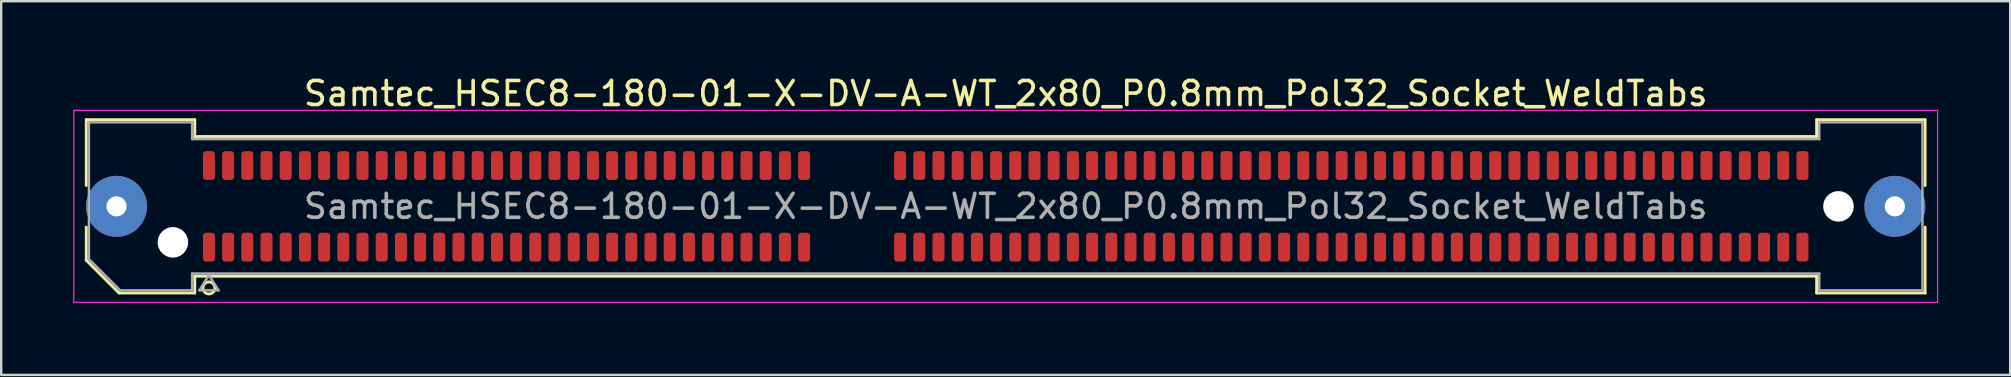
<source format=kicad_pcb>
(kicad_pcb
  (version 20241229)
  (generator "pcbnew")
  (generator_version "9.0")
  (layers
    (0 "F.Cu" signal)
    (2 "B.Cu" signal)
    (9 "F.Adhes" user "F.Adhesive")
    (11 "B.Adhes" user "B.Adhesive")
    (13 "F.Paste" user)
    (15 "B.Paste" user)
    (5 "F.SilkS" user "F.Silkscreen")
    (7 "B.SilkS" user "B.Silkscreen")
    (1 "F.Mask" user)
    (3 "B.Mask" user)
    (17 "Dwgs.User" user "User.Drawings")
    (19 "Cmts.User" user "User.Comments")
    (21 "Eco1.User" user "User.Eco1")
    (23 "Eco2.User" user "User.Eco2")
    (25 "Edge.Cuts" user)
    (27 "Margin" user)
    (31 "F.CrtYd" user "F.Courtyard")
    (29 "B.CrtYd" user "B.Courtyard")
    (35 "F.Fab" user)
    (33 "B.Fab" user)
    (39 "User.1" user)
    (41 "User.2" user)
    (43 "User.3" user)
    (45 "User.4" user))
  (footprint "Samtec_HSEC8-180-01-X-DV-A-WT_2x80_P0.8mm_Pol32_Socket_WeldTabs"
    (layer "F.Cu")
    (at 38.855 5.548)
    (property "Reference" "Samtec_HSEC8-180-01-X-DV-A-WT_2x80_P0.8mm_Pol32_Socket_WeldTabs" (at 0 -4.7 0) (layer "F.SilkS") (effects (font (size 1 1) (thickness 0.15))))
    (attr smd)
    (fp_line (start -38.31 -3.61) (end -33.79 -3.61) (stroke (width 0.12) (type solid)) (layer "F.SilkS"))
    (fp_line (start -38.31 -0.868) (end -38.31 -3.61) (stroke (width 0.12) (type solid)) (layer "F.SilkS"))
    (fp_line (start -38.31 2.246) (end -38.31 0.868) (stroke (width 0.12) (type solid)) (layer "F.SilkS"))
    (fp_line (start -36.946 3.61) (end -38.31 2.246) (stroke (width 0.12) (type solid)) (layer "F.SilkS"))
    (fp_line (start -33.79 -3.61) (end -33.79 -2.91) (stroke (width 0.12) (type solid)) (layer "F.SilkS"))
    (fp_line (start -33.79 -2.91) (end 33.79 -2.91) (stroke (width 0.12) (type solid)) (layer "F.SilkS"))
    (fp_line (start -33.79 2.91) (end -33.79 3.61) (stroke (width 0.12) (type solid)) (layer "F.SilkS"))
    (fp_line (start -33.79 3.61) (end -36.946 3.61) (stroke (width 0.12) (type solid)) (layer "F.SilkS"))
    (fp_line (start 33.79 -3.61) (end 38.31 -3.61) (stroke (width 0.12) (type solid)) (layer "F.SilkS"))
    (fp_line (start 33.79 -2.91) (end 33.79 -3.61) (stroke (width 0.12) (type solid)) (layer "F.SilkS"))
    (fp_line (start 33.79 2.91) (end -33.79 2.91) (stroke (width 0.12) (type solid)) (layer "F.SilkS"))
    (fp_line (start 33.79 3.61) (end 33.79 2.91) (stroke (width 0.12) (type solid)) (layer "F.SilkS"))
    (fp_line (start 38.31 -3.61) (end 38.31 -0.868) (stroke (width 0.12) (type solid)) (layer "F.SilkS"))
    (fp_line (start 38.31 0.868) (end 38.31 3.61) (stroke (width 0.12) (type solid)) (layer "F.SilkS"))
    (fp_line (start 38.31 3.61) (end 33.79 3.61) (stroke (width 0.12) (type solid)) (layer "F.SilkS"))
    (fp_circle (center -33.2 3.4) (end -32.95 3.4) (stroke (width 0.12) (type solid)) (fill no) (layer "F.SilkS"))
    (fp_line (start -38.83 -4) (end -38.83 4) (stroke (width 0.05) (type solid)) (layer "F.CrtYd"))
    (fp_line (start -38.83 4) (end 38.83 4) (stroke (width 0.05) (type solid)) (layer "F.CrtYd"))
    (fp_line (start 38.83 -4) (end -38.83 -4) (stroke (width 0.05) (type solid)) (layer "F.CrtYd"))
    (fp_line (start 38.83 4) (end 38.83 -4) (stroke (width 0.05) (type solid)) (layer "F.CrtYd"))
    (fp_line (start -38.2 -3.5) (end -33.9 -3.5) (stroke (width 0.1) (type solid)) (layer "F.Fab"))
    (fp_line (start -38.2 2.2) (end -38.2 -3.5) (stroke (width 0.1) (type solid)) (layer "F.Fab"))
    (fp_line (start -36.9 3.5) (end -38.2 2.2) (stroke (width 0.1) (type solid)) (layer "F.Fab"))
    (fp_line (start -33.9 -3.5) (end -33.9 -2.8) (stroke (width 0.1) (type solid)) (layer "F.Fab"))
    (fp_line (start -33.9 -2.8) (end 33.9 -2.8) (stroke (width 0.1) (type solid)) (layer "F.Fab"))
    (fp_line (start -33.9 2.8) (end -33.9 3.5) (stroke (width 0.1) (type solid)) (layer "F.Fab"))
    (fp_line (start -33.9 3.5) (end -36.9 3.5) (stroke (width 0.1) (type solid)) (layer "F.Fab"))
    (fp_line (start -33.6 3.5) (end -33.2 2.86) (stroke (width 0.1) (type solid)) (layer "F.Fab"))
    (fp_line (start -33.2 2.86) (end -32.8 3.5) (stroke (width 0.1) (type solid)) (layer "F.Fab"))
    (fp_line (start -32.8 3.5) (end -33.6 3.5) (stroke (width 0.1) (type solid)) (layer "F.Fab"))
    (fp_line (start 33.9 -3.5) (end 38.2 -3.5) (stroke (width 0.1) (type solid)) (layer "F.Fab"))
    (fp_line (start 33.9 -2.8) (end 33.9 -3.5) (stroke (width 0.1) (type solid)) (layer "F.Fab"))
    (fp_line (start 33.9 2.8) (end -33.9 2.8) (stroke (width 0.1) (type solid)) (layer "F.Fab"))
    (fp_line (start 33.9 3.5) (end 33.9 2.8) (stroke (width 0.1) (type solid)) (layer "F.Fab"))
    (fp_line (start 38.2 -3.5) (end 38.2 3.5) (stroke (width 0.1) (type solid)) (layer "F.Fab"))
    (fp_line (start 38.2 3.5) (end 33.9 3.5) (stroke (width 0.1) (type solid)) (layer "F.Fab"))
    (fp_text user "${REFERENCE}" (at 0 0 0) (layer "F.Fab") (effects (font (size 1 1) (thickness 0.15))))
    (pad "" thru_hole circle (at -37.05 0) (size 2.54 2.54) (drill 0.84) (layers "*.Cu" "*.Mask" "F.Paste"))
    (pad "" np_thru_hole circle (at -34.7 1.5) (size 1.27 1.27) (drill 1.27) (layers "*.Cu" "*.Mask"))
    (pad "" np_thru_hole circle (at 34.7 0) (size 1.27 1.27) (drill 1.27) (layers "*.Cu" "*.Mask"))
    (pad "" thru_hole circle (at 37.05 0) (size 2.54 2.54) (drill 0.84) (layers "*.Cu" "*.Mask" "F.Paste"))
    (pad "1" smd roundrect (at -33.2 1.7) (size 0.5 1.2) (layers "F.Cu" "F.Mask" "F.Paste") (roundrect_rratio 0.25))
    (pad "2" smd roundrect (at -33.2 -1.7) (size 0.5 1.2) (layers "F.Cu" "F.Mask" "F.Paste") (roundrect_rratio 0.25))
    (pad "3" smd roundrect (at -32.4 1.7) (size 0.5 1.2) (layers "F.Cu" "F.Mask" "F.Paste") (roundrect_rratio 0.25))
    (pad "4" smd roundrect (at -32.4 -1.7) (size 0.5 1.2) (layers "F.Cu" "F.Mask" "F.Paste") (roundrect_rratio 0.25))
    (pad "5" smd roundrect (at -31.6 1.7) (size 0.5 1.2) (layers "F.Cu" "F.Mask" "F.Paste") (roundrect_rratio 0.25))
    (pad "6" smd roundrect (at -31.6 -1.7) (size 0.5 1.2) (layers "F.Cu" "F.Mask" "F.Paste") (roundrect_rratio 0.25))
    (pad "7" smd roundrect (at -30.8 1.7) (size 0.5 1.2) (layers "F.Cu" "F.Mask" "F.Paste") (roundrect_rratio 0.25))
    (pad "8" smd roundrect (at -30.8 -1.7) (size 0.5 1.2) (layers "F.Cu" "F.Mask" "F.Paste") (roundrect_rratio 0.25))
    (pad "9" smd roundrect (at -30 1.7) (size 0.5 1.2) (layers "F.Cu" "F.Mask" "F.Paste") (roundrect_rratio 0.25))
    (pad "10" smd roundrect (at -30 -1.7) (size 0.5 1.2) (layers "F.Cu" "F.Mask" "F.Paste") (roundrect_rratio 0.25))
    (pad "11" smd roundrect (at -29.2 1.7) (size 0.5 1.2) (layers "F.Cu" "F.Mask" "F.Paste") (roundrect_rratio 0.25))
    (pad "12" smd roundrect (at -29.2 -1.7) (size 0.5 1.2) (layers "F.Cu" "F.Mask" "F.Paste") (roundrect_rratio 0.25))
    (pad "13" smd roundrect (at -28.4 1.7) (size 0.5 1.2) (layers "F.Cu" "F.Mask" "F.Paste") (roundrect_rratio 0.25))
    (pad "14" smd roundrect (at -28.4 -1.7) (size 0.5 1.2) (layers "F.Cu" "F.Mask" "F.Paste") (roundrect_rratio 0.25))
    (pad "15" smd roundrect (at -27.6 1.7) (size 0.5 1.2) (layers "F.Cu" "F.Mask" "F.Paste") (roundrect_rratio 0.25))
    (pad "16" smd roundrect (at -27.6 -1.7) (size 0.5 1.2) (layers "F.Cu" "F.Mask" "F.Paste") (roundrect_rratio 0.25))
    (pad "17" smd roundrect (at -26.8 1.7) (size 0.5 1.2) (layers "F.Cu" "F.Mask" "F.Paste") (roundrect_rratio 0.25))
    (pad "18" smd roundrect (at -26.8 -1.7) (size 0.5 1.2) (layers "F.Cu" "F.Mask" "F.Paste") (roundrect_rratio 0.25))
    (pad "19" smd roundrect (at -26 1.7) (size 0.5 1.2) (layers "F.Cu" "F.Mask" "F.Paste") (roundrect_rratio 0.25))
    (pad "20" smd roundrect (at -26 -1.7) (size 0.5 1.2) (layers "F.Cu" "F.Mask" "F.Paste") (roundrect_rratio 0.25))
    (pad "21" smd roundrect (at -25.2 1.7) (size 0.5 1.2) (layers "F.Cu" "F.Mask" "F.Paste") (roundrect_rratio 0.25))
    (pad "22" smd roundrect (at -25.2 -1.7) (size 0.5 1.2) (layers "F.Cu" "F.Mask" "F.Paste") (roundrect_rratio 0.25))
    (pad "23" smd roundrect (at -24.4 1.7) (size 0.5 1.2) (layers "F.Cu" "F.Mask" "F.Paste") (roundrect_rratio 0.25))
    (pad "24" smd roundrect (at -24.4 -1.7) (size 0.5 1.2) (layers "F.Cu" "F.Mask" "F.Paste") (roundrect_rratio 0.25))
    (pad "25" smd roundrect (at -23.6 1.7) (size 0.5 1.2) (layers "F.Cu" "F.Mask" "F.Paste") (roundrect_rratio 0.25))
    (pad "26" smd roundrect (at -23.6 -1.7) (size 0.5 1.2) (layers "F.Cu" "F.Mask" "F.Paste") (roundrect_rratio 0.25))
    (pad "27" smd roundrect (at -22.8 1.7) (size 0.5 1.2) (layers "F.Cu" "F.Mask" "F.Paste") (roundrect_rratio 0.25))
    (pad "28" smd roundrect (at -22.8 -1.7) (size 0.5 1.2) (layers "F.Cu" "F.Mask" "F.Paste") (roundrect_rratio 0.25))
    (pad "29" smd roundrect (at -22 1.7) (size 0.5 1.2) (layers "F.Cu" "F.Mask" "F.Paste") (roundrect_rratio 0.25))
    (pad "30" smd roundrect (at -22 -1.7) (size 0.5 1.2) (layers "F.Cu" "F.Mask" "F.Paste") (roundrect_rratio 0.25))
    (pad "31" smd roundrect (at -21.2 1.7) (size 0.5 1.2) (layers "F.Cu" "F.Mask" "F.Paste") (roundrect_rratio 0.25))
    (pad "32" smd roundrect (at -21.2 -1.7) (size 0.5 1.2) (layers "F.Cu" "F.Mask" "F.Paste") (roundrect_rratio 0.25))
    (pad "33" smd roundrect (at -20.4 1.7) (size 0.5 1.2) (layers "F.Cu" "F.Mask" "F.Paste") (roundrect_rratio 0.25))
    (pad "34" smd roundrect (at -20.4 -1.7) (size 0.5 1.2) (layers "F.Cu" "F.Mask" "F.Paste") (roundrect_rratio 0.25))
    (pad "35" smd roundrect (at -19.6 1.7) (size 0.5 1.2) (layers "F.Cu" "F.Mask" "F.Paste") (roundrect_rratio 0.25))
    (pad "36" smd roundrect (at -19.6 -1.7) (size 0.5 1.2) (layers "F.Cu" "F.Mask" "F.Paste") (roundrect_rratio 0.25))
    (pad "37" smd roundrect (at -18.8 1.7) (size 0.5 1.2) (layers "F.Cu" "F.Mask" "F.Paste") (roundrect_rratio 0.25))
    (pad "38" smd roundrect (at -18.8 -1.7) (size 0.5 1.2) (layers "F.Cu" "F.Mask" "F.Paste") (roundrect_rratio 0.25))
    (pad "39" smd roundrect (at -18 1.7) (size 0.5 1.2) (layers "F.Cu" "F.Mask" "F.Paste") (roundrect_rratio 0.25))
    (pad "40" smd roundrect (at -18 -1.7) (size 0.5 1.2) (layers "F.Cu" "F.Mask" "F.Paste") (roundrect_rratio 0.25))
    (pad "41" smd roundrect (at -17.2 1.7) (size 0.5 1.2) (layers "F.Cu" "F.Mask" "F.Paste") (roundrect_rratio 0.25))
    (pad "42" smd roundrect (at -17.2 -1.7) (size 0.5 1.2) (layers "F.Cu" "F.Mask" "F.Paste") (roundrect_rratio 0.25))
    (pad "43" smd roundrect (at -16.4 1.7) (size 0.5 1.2) (layers "F.Cu" "F.Mask" "F.Paste") (roundrect_rratio 0.25))
    (pad "44" smd roundrect (at -16.4 -1.7) (size 0.5 1.2) (layers "F.Cu" "F.Mask" "F.Paste") (roundrect_rratio 0.25))
    (pad "45" smd roundrect (at -15.6 1.7) (size 0.5 1.2) (layers "F.Cu" "F.Mask" "F.Paste") (roundrect_rratio 0.25))
    (pad "46" smd roundrect (at -15.6 -1.7) (size 0.5 1.2) (layers "F.Cu" "F.Mask" "F.Paste") (roundrect_rratio 0.25))
    (pad "47" smd roundrect (at -14.8 1.7) (size 0.5 1.2) (layers "F.Cu" "F.Mask" "F.Paste") (roundrect_rratio 0.25))
    (pad "48" smd roundrect (at -14.8 -1.7) (size 0.5 1.2) (layers "F.Cu" "F.Mask" "F.Paste") (roundrect_rratio 0.25))
    (pad "49" smd roundrect (at -14 1.7) (size 0.5 1.2) (layers "F.Cu" "F.Mask" "F.Paste") (roundrect_rratio 0.25))
    (pad "50" smd roundrect (at -14 -1.7) (size 0.5 1.2) (layers "F.Cu" "F.Mask" "F.Paste") (roundrect_rratio 0.25))
    (pad "51" smd roundrect (at -13.2 1.7) (size 0.5 1.2) (layers "F.Cu" "F.Mask" "F.Paste") (roundrect_rratio 0.25))
    (pad "52" smd roundrect (at -13.2 -1.7) (size 0.5 1.2) (layers "F.Cu" "F.Mask" "F.Paste") (roundrect_rratio 0.25))
    (pad "53" smd roundrect (at -12.4 1.7) (size 0.5 1.2) (layers "F.Cu" "F.Mask" "F.Paste") (roundrect_rratio 0.25))
    (pad "54" smd roundrect (at -12.4 -1.7) (size 0.5 1.2) (layers "F.Cu" "F.Mask" "F.Paste") (roundrect_rratio 0.25))
    (pad "55" smd roundrect (at -11.6 1.7) (size 0.5 1.2) (layers "F.Cu" "F.Mask" "F.Paste") (roundrect_rratio 0.25))
    (pad "56" smd roundrect (at -11.6 -1.7) (size 0.5 1.2) (layers "F.Cu" "F.Mask" "F.Paste") (roundrect_rratio 0.25))
    (pad "57" smd roundrect (at -10.8 1.7) (size 0.5 1.2) (layers "F.Cu" "F.Mask" "F.Paste") (roundrect_rratio 0.25))
    (pad "58" smd roundrect (at -10.8 -1.7) (size 0.5 1.2) (layers "F.Cu" "F.Mask" "F.Paste") (roundrect_rratio 0.25))
    (pad "59" smd roundrect (at -10 1.7) (size 0.5 1.2) (layers "F.Cu" "F.Mask" "F.Paste") (roundrect_rratio 0.25))
    (pad "60" smd roundrect (at -10 -1.7) (size 0.5 1.2) (layers "F.Cu" "F.Mask" "F.Paste") (roundrect_rratio 0.25))
    (pad "61" smd roundrect (at -9.2 1.7) (size 0.5 1.2) (layers "F.Cu" "F.Mask" "F.Paste") (roundrect_rratio 0.25))
    (pad "62" smd roundrect (at -9.2 -1.7) (size 0.5 1.2) (layers "F.Cu" "F.Mask" "F.Paste") (roundrect_rratio 0.25))
    (pad "63" smd roundrect (at -8.4 1.7) (size 0.5 1.2) (layers "F.Cu" "F.Mask" "F.Paste") (roundrect_rratio 0.25))
    (pad "64" smd roundrect (at -8.4 -1.7) (size 0.5 1.2) (layers "F.Cu" "F.Mask" "F.Paste") (roundrect_rratio 0.25))
    (pad "65" smd roundrect (at -4.4 1.7) (size 0.5 1.2) (layers "F.Cu" "F.Mask" "F.Paste") (roundrect_rratio 0.25))
    (pad "66" smd roundrect (at -4.4 -1.7) (size 0.5 1.2) (layers "F.Cu" "F.Mask" "F.Paste") (roundrect_rratio 0.25))
    (pad "67" smd roundrect (at -3.6 1.7) (size 0.5 1.2) (layers "F.Cu" "F.Mask" "F.Paste") (roundrect_rratio 0.25))
    (pad "68" smd roundrect (at -3.6 -1.7) (size 0.5 1.2) (layers "F.Cu" "F.Mask" "F.Paste") (roundrect_rratio 0.25))
    (pad "69" smd roundrect (at -2.8 1.7) (size 0.5 1.2) (layers "F.Cu" "F.Mask" "F.Paste") (roundrect_rratio 0.25))
    (pad "70" smd roundrect (at -2.8 -1.7) (size 0.5 1.2) (layers "F.Cu" "F.Mask" "F.Paste") (roundrect_rratio 0.25))
    (pad "71" smd roundrect (at -2 1.7) (size 0.5 1.2) (layers "F.Cu" "F.Mask" "F.Paste") (roundrect_rratio 0.25))
    (pad "72" smd roundrect (at -2 -1.7) (size 0.5 1.2) (layers "F.Cu" "F.Mask" "F.Paste") (roundrect_rratio 0.25))
    (pad "73" smd roundrect (at -1.2 1.7) (size 0.5 1.2) (layers "F.Cu" "F.Mask" "F.Paste") (roundrect_rratio 0.25))
    (pad "74" smd roundrect (at -1.2 -1.7) (size 0.5 1.2) (layers "F.Cu" "F.Mask" "F.Paste") (roundrect_rratio 0.25))
    (pad "75" smd roundrect (at -0.4 1.7) (size 0.5 1.2) (layers "F.Cu" "F.Mask" "F.Paste") (roundrect_rratio 0.25))
    (pad "76" smd roundrect (at -0.4 -1.7) (size 0.5 1.2) (layers "F.Cu" "F.Mask" "F.Paste") (roundrect_rratio 0.25))
    (pad "77" smd roundrect (at 0.4 1.7) (size 0.5 1.2) (layers "F.Cu" "F.Mask" "F.Paste") (roundrect_rratio 0.25))
    (pad "78" smd roundrect (at 0.4 -1.7) (size 0.5 1.2) (layers "F.Cu" "F.Mask" "F.Paste") (roundrect_rratio 0.25))
    (pad "79" smd roundrect (at 1.2 1.7) (size 0.5 1.2) (layers "F.Cu" "F.Mask" "F.Paste") (roundrect_rratio 0.25))
    (pad "80" smd roundrect (at 1.2 -1.7) (size 0.5 1.2) (layers "F.Cu" "F.Mask" "F.Paste") (roundrect_rratio 0.25))
    (pad "81" smd roundrect (at 2 1.7) (size 0.5 1.2) (layers "F.Cu" "F.Mask" "F.Paste") (roundrect_rratio 0.25))
    (pad "82" smd roundrect (at 2 -1.7) (size 0.5 1.2) (layers "F.Cu" "F.Mask" "F.Paste") (roundrect_rratio 0.25))
    (pad "83" smd roundrect (at 2.8 1.7) (size 0.5 1.2) (layers "F.Cu" "F.Mask" "F.Paste") (roundrect_rratio 0.25))
    (pad "84" smd roundrect (at 2.8 -1.7) (size 0.5 1.2) (layers "F.Cu" "F.Mask" "F.Paste") (roundrect_rratio 0.25))
    (pad "85" smd roundrect (at 3.6 1.7) (size 0.5 1.2) (layers "F.Cu" "F.Mask" "F.Paste") (roundrect_rratio 0.25))
    (pad "86" smd roundrect (at 3.6 -1.7) (size 0.5 1.2) (layers "F.Cu" "F.Mask" "F.Paste") (roundrect_rratio 0.25))
    (pad "87" smd roundrect (at 4.4 1.7) (size 0.5 1.2) (layers "F.Cu" "F.Mask" "F.Paste") (roundrect_rratio 0.25))
    (pad "88" smd roundrect (at 4.4 -1.7) (size 0.5 1.2) (layers "F.Cu" "F.Mask" "F.Paste") (roundrect_rratio 0.25))
    (pad "89" smd roundrect (at 5.2 1.7) (size 0.5 1.2) (layers "F.Cu" "F.Mask" "F.Paste") (roundrect_rratio 0.25))
    (pad "90" smd roundrect (at 5.2 -1.7) (size 0.5 1.2) (layers "F.Cu" "F.Mask" "F.Paste") (roundrect_rratio 0.25))
    (pad "91" smd roundrect (at 6 1.7) (size 0.5 1.2) (layers "F.Cu" "F.Mask" "F.Paste") (roundrect_rratio 0.25))
    (pad "92" smd roundrect (at 6 -1.7) (size 0.5 1.2) (layers "F.Cu" "F.Mask" "F.Paste") (roundrect_rratio 0.25))
    (pad "93" smd roundrect (at 6.8 1.7) (size 0.5 1.2) (layers "F.Cu" "F.Mask" "F.Paste") (roundrect_rratio 0.25))
    (pad "94" smd roundrect (at 6.8 -1.7) (size 0.5 1.2) (layers "F.Cu" "F.Mask" "F.Paste") (roundrect_rratio 0.25))
    (pad "95" smd roundrect (at 7.6 1.7) (size 0.5 1.2) (layers "F.Cu" "F.Mask" "F.Paste") (roundrect_rratio 0.25))
    (pad "96" smd roundrect (at 7.6 -1.7) (size 0.5 1.2) (layers "F.Cu" "F.Mask" "F.Paste") (roundrect_rratio 0.25))
    (pad "97" smd roundrect (at 8.4 1.7) (size 0.5 1.2) (layers "F.Cu" "F.Mask" "F.Paste") (roundrect_rratio 0.25))
    (pad "98" smd roundrect (at 8.4 -1.7) (size 0.5 1.2) (layers "F.Cu" "F.Mask" "F.Paste") (roundrect_rratio 0.25))
    (pad "99" smd roundrect (at 9.2 1.7) (size 0.5 1.2) (layers "F.Cu" "F.Mask" "F.Paste") (roundrect_rratio 0.25))
    (pad "100" smd roundrect (at 9.2 -1.7) (size 0.5 1.2) (layers "F.Cu" "F.Mask" "F.Paste") (roundrect_rratio 0.25))
    (pad "101" smd roundrect (at 10 1.7) (size 0.5 1.2) (layers "F.Cu" "F.Mask" "F.Paste") (roundrect_rratio 0.25))
    (pad "102" smd roundrect (at 10 -1.7) (size 0.5 1.2) (layers "F.Cu" "F.Mask" "F.Paste") (roundrect_rratio 0.25))
    (pad "103" smd roundrect (at 10.8 1.7) (size 0.5 1.2) (layers "F.Cu" "F.Mask" "F.Paste") (roundrect_rratio 0.25))
    (pad "104" smd roundrect (at 10.8 -1.7) (size 0.5 1.2) (layers "F.Cu" "F.Mask" "F.Paste") (roundrect_rratio 0.25))
    (pad "105" smd roundrect (at 11.6 1.7) (size 0.5 1.2) (layers "F.Cu" "F.Mask" "F.Paste") (roundrect_rratio 0.25))
    (pad "106" smd roundrect (at 11.6 -1.7) (size 0.5 1.2) (layers "F.Cu" "F.Mask" "F.Paste") (roundrect_rratio 0.25))
    (pad "107" smd roundrect (at 12.4 1.7) (size 0.5 1.2) (layers "F.Cu" "F.Mask" "F.Paste") (roundrect_rratio 0.25))
    (pad "108" smd roundrect (at 12.4 -1.7) (size 0.5 1.2) (layers "F.Cu" "F.Mask" "F.Paste") (roundrect_rratio 0.25))
    (pad "109" smd roundrect (at 13.2 1.7) (size 0.5 1.2) (layers "F.Cu" "F.Mask" "F.Paste") (roundrect_rratio 0.25))
    (pad "110" smd roundrect (at 13.2 -1.7) (size 0.5 1.2) (layers "F.Cu" "F.Mask" "F.Paste") (roundrect_rratio 0.25))
    (pad "111" smd roundrect (at 14 1.7) (size 0.5 1.2) (layers "F.Cu" "F.Mask" "F.Paste") (roundrect_rratio 0.25))
    (pad "112" smd roundrect (at 14 -1.7) (size 0.5 1.2) (layers "F.Cu" "F.Mask" "F.Paste") (roundrect_rratio 0.25))
    (pad "113" smd roundrect (at 14.8 1.7) (size 0.5 1.2) (layers "F.Cu" "F.Mask" "F.Paste") (roundrect_rratio 0.25))
    (pad "114" smd roundrect (at 14.8 -1.7) (size 0.5 1.2) (layers "F.Cu" "F.Mask" "F.Paste") (roundrect_rratio 0.25))
    (pad "115" smd roundrect (at 15.6 1.7) (size 0.5 1.2) (layers "F.Cu" "F.Mask" "F.Paste") (roundrect_rratio 0.25))
    (pad "116" smd roundrect (at 15.6 -1.7) (size 0.5 1.2) (layers "F.Cu" "F.Mask" "F.Paste") (roundrect_rratio 0.25))
    (pad "117" smd roundrect (at 16.4 1.7) (size 0.5 1.2) (layers "F.Cu" "F.Mask" "F.Paste") (roundrect_rratio 0.25))
    (pad "118" smd roundrect (at 16.4 -1.7) (size 0.5 1.2) (layers "F.Cu" "F.Mask" "F.Paste") (roundrect_rratio 0.25))
    (pad "119" smd roundrect (at 17.2 1.7) (size 0.5 1.2) (layers "F.Cu" "F.Mask" "F.Paste") (roundrect_rratio 0.25))
    (pad "120" smd roundrect (at 17.2 -1.7) (size 0.5 1.2) (layers "F.Cu" "F.Mask" "F.Paste") (roundrect_rratio 0.25))
    (pad "121" smd roundrect (at 18 1.7) (size 0.5 1.2) (layers "F.Cu" "F.Mask" "F.Paste") (roundrect_rratio 0.25))
    (pad "122" smd roundrect (at 18 -1.7) (size 0.5 1.2) (layers "F.Cu" "F.Mask" "F.Paste") (roundrect_rratio 0.25))
    (pad "123" smd roundrect (at 18.8 1.7) (size 0.5 1.2) (layers "F.Cu" "F.Mask" "F.Paste") (roundrect_rratio 0.25))
    (pad "124" smd roundrect (at 18.8 -1.7) (size 0.5 1.2) (layers "F.Cu" "F.Mask" "F.Paste") (roundrect_rratio 0.25))
    (pad "125" smd roundrect (at 19.6 1.7) (size 0.5 1.2) (layers "F.Cu" "F.Mask" "F.Paste") (roundrect_rratio 0.25))
    (pad "126" smd roundrect (at 19.6 -1.7) (size 0.5 1.2) (layers "F.Cu" "F.Mask" "F.Paste") (roundrect_rratio 0.25))
    (pad "127" smd roundrect (at 20.4 1.7) (size 0.5 1.2) (layers "F.Cu" "F.Mask" "F.Paste") (roundrect_rratio 0.25))
    (pad "128" smd roundrect (at 20.4 -1.7) (size 0.5 1.2) (layers "F.Cu" "F.Mask" "F.Paste") (roundrect_rratio 0.25))
    (pad "129" smd roundrect (at 21.2 1.7) (size 0.5 1.2) (layers "F.Cu" "F.Mask" "F.Paste") (roundrect_rratio 0.25))
    (pad "130" smd roundrect (at 21.2 -1.7) (size 0.5 1.2) (layers "F.Cu" "F.Mask" "F.Paste") (roundrect_rratio 0.25))
    (pad "131" smd roundrect (at 22 1.7) (size 0.5 1.2) (layers "F.Cu" "F.Mask" "F.Paste") (roundrect_rratio 0.25))
    (pad "132" smd roundrect (at 22 -1.7) (size 0.5 1.2) (layers "F.Cu" "F.Mask" "F.Paste") (roundrect_rratio 0.25))
    (pad "133" smd roundrect (at 22.8 1.7) (size 0.5 1.2) (layers "F.Cu" "F.Mask" "F.Paste") (roundrect_rratio 0.25))
    (pad "134" smd roundrect (at 22.8 -1.7) (size 0.5 1.2) (layers "F.Cu" "F.Mask" "F.Paste") (roundrect_rratio 0.25))
    (pad "135" smd roundrect (at 23.6 1.7) (size 0.5 1.2) (layers "F.Cu" "F.Mask" "F.Paste") (roundrect_rratio 0.25))
    (pad "136" smd roundrect (at 23.6 -1.7) (size 0.5 1.2) (layers "F.Cu" "F.Mask" "F.Paste") (roundrect_rratio 0.25))
    (pad "137" smd roundrect (at 24.4 1.7) (size 0.5 1.2) (layers "F.Cu" "F.Mask" "F.Paste") (roundrect_rratio 0.25))
    (pad "138" smd roundrect (at 24.4 -1.7) (size 0.5 1.2) (layers "F.Cu" "F.Mask" "F.Paste") (roundrect_rratio 0.25))
    (pad "139" smd roundrect (at 25.2 1.7) (size 0.5 1.2) (layers "F.Cu" "F.Mask" "F.Paste") (roundrect_rratio 0.25))
    (pad "140" smd roundrect (at 25.2 -1.7) (size 0.5 1.2) (layers "F.Cu" "F.Mask" "F.Paste") (roundrect_rratio 0.25))
    (pad "141" smd roundrect (at 26 1.7) (size 0.5 1.2) (layers "F.Cu" "F.Mask" "F.Paste") (roundrect_rratio 0.25))
    (pad "142" smd roundrect (at 26 -1.7) (size 0.5 1.2) (layers "F.Cu" "F.Mask" "F.Paste") (roundrect_rratio 0.25))
    (pad "143" smd roundrect (at 26.8 1.7) (size 0.5 1.2) (layers "F.Cu" "F.Mask" "F.Paste") (roundrect_rratio 0.25))
    (pad "144" smd roundrect (at 26.8 -1.7) (size 0.5 1.2) (layers "F.Cu" "F.Mask" "F.Paste") (roundrect_rratio 0.25))
    (pad "145" smd roundrect (at 27.6 1.7) (size 0.5 1.2) (layers "F.Cu" "F.Mask" "F.Paste") (roundrect_rratio 0.25))
    (pad "146" smd roundrect (at 27.6 -1.7) (size 0.5 1.2) (layers "F.Cu" "F.Mask" "F.Paste") (roundrect_rratio 0.25))
    (pad "147" smd roundrect (at 28.4 1.7) (size 0.5 1.2) (layers "F.Cu" "F.Mask" "F.Paste") (roundrect_rratio 0.25))
    (pad "148" smd roundrect (at 28.4 -1.7) (size 0.5 1.2) (layers "F.Cu" "F.Mask" "F.Paste") (roundrect_rratio 0.25))
    (pad "149" smd roundrect (at 29.2 1.7) (size 0.5 1.2) (layers "F.Cu" "F.Mask" "F.Paste") (roundrect_rratio 0.25))
    (pad "150" smd roundrect (at 29.2 -1.7) (size 0.5 1.2) (layers "F.Cu" "F.Mask" "F.Paste") (roundrect_rratio 0.25))
    (pad "151" smd roundrect (at 30 1.7) (size 0.5 1.2) (layers "F.Cu" "F.Mask" "F.Paste") (roundrect_rratio 0.25))
    (pad "152" smd roundrect (at 30 -1.7) (size 0.5 1.2) (layers "F.Cu" "F.Mask" "F.Paste") (roundrect_rratio 0.25))
    (pad "153" smd roundrect (at 30.8 1.7) (size 0.5 1.2) (layers "F.Cu" "F.Mask" "F.Paste") (roundrect_rratio 0.25))
    (pad "154" smd roundrect (at 30.8 -1.7) (size 0.5 1.2) (layers "F.Cu" "F.Mask" "F.Paste") (roundrect_rratio 0.25))
    (pad "155" smd roundrect (at 31.6 1.7) (size 0.5 1.2) (layers "F.Cu" "F.Mask" "F.Paste") (roundrect_rratio 0.25))
    (pad "156" smd roundrect (at 31.6 -1.7) (size 0.5 1.2) (layers "F.Cu" "F.Mask" "F.Paste") (roundrect_rratio 0.25))
    (pad "157" smd roundrect (at 32.4 1.7) (size 0.5 1.2) (layers "F.Cu" "F.Mask" "F.Paste") (roundrect_rratio 0.25))
    (pad "158" smd roundrect (at 32.4 -1.7) (size 0.5 1.2) (layers "F.Cu" "F.Mask" "F.Paste") (roundrect_rratio 0.25))
    (pad "159" smd roundrect (at 33.2 1.7) (size 0.5 1.2) (layers "F.Cu" "F.Mask" "F.Paste") (roundrect_rratio 0.25))
    (pad "160" smd roundrect (at 33.2 -1.7) (size 0.5 1.2) (layers "F.Cu" "F.Mask" "F.Paste") (roundrect_rratio 0.25)))
  (gr_rect
    (start -3 -3)
    (end 80.71 12.573)
    (stroke (width 0.1) (type default))
    (fill no)
    (layer "Edge.Cuts")))
</source>
